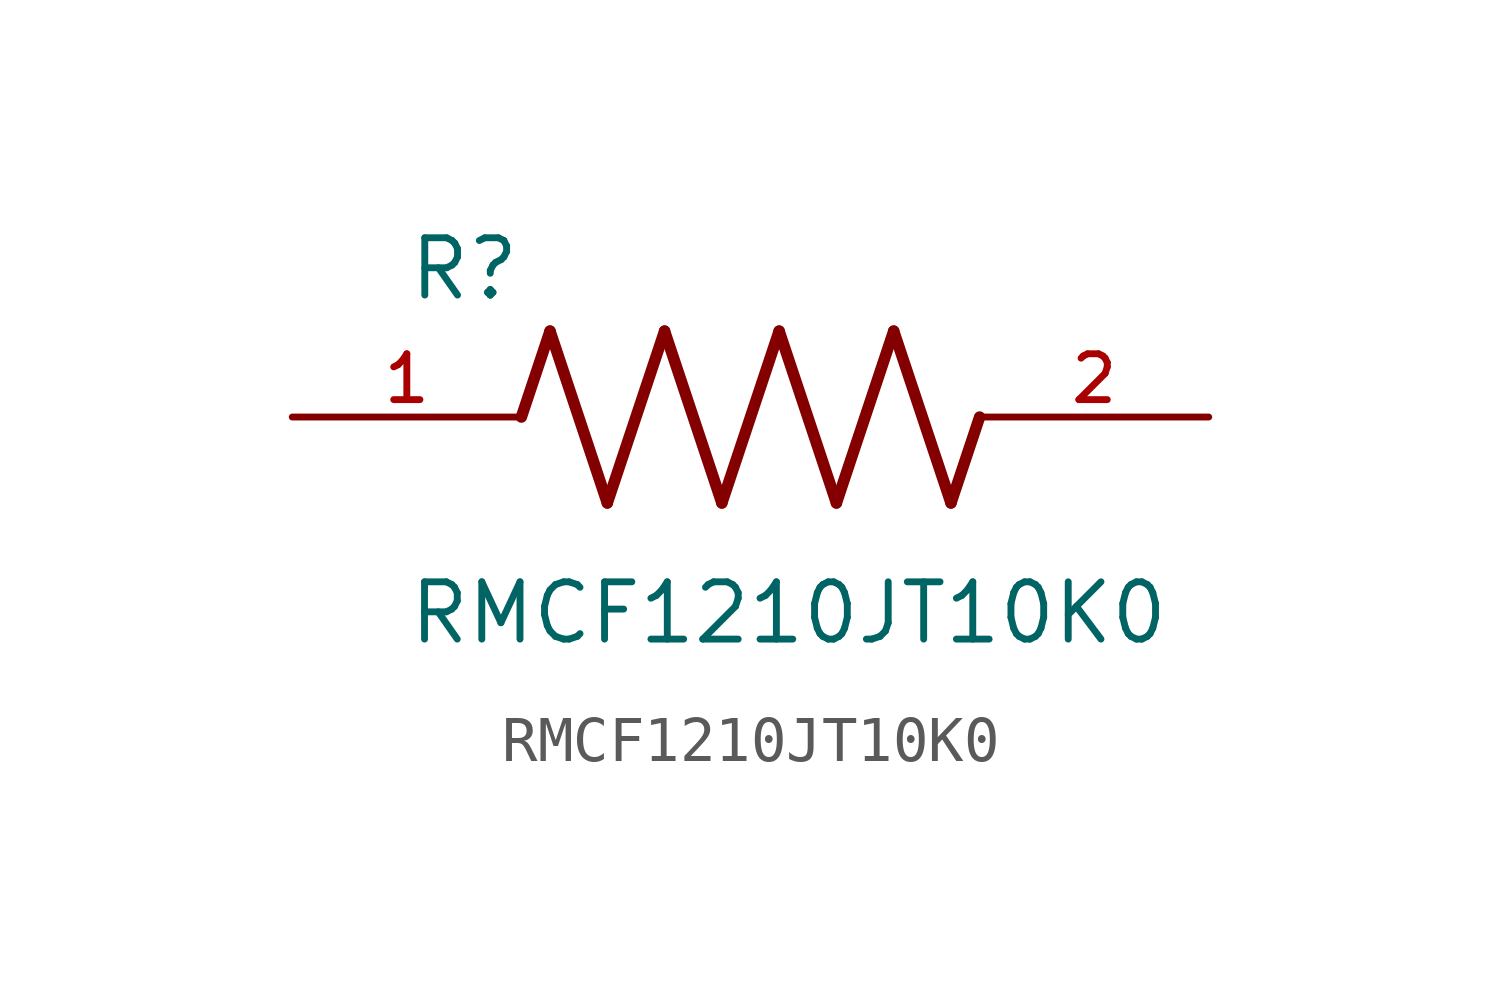
<source format=kicad_sym>
(kicad_symbol_lib
  (version 20211014)
  (generator kicad_symbol_editor)
  (symbol "RMCF1210JT10K0"
    (pin_names
      (offset 1.016))
    (property "Reference" "R"
      (at -7.624 2.541 0)
      (effects (font (size 1.27 1.27)) (justify bottom left)))
    (property "Value" "RMCF1210JT10K0"
      (at -7.63 -5.087 0)
      (effects (font (size 1.27 1.27)) (justify bottom left)))
    (symbol "RMCF1210JT10K0_0_0"
      (polyline (pts (xy -5.08 0.0) (xy -4.445 1.905)) (stroke (width 0.254)))
      (polyline (pts (xy -4.445 1.905) (xy -3.175 -1.905)) (stroke (width 0.254)))
      (polyline (pts (xy -3.175 -1.905) (xy -1.905 1.905)) (stroke (width 0.254)))
      (polyline (pts (xy -1.905 1.905) (xy -0.635 -1.905)) (stroke (width 0.254)))
      (polyline (pts (xy -0.635 -1.905) (xy 0.635 1.905)) (stroke (width 0.254)))
      (polyline (pts (xy 0.635 1.905) (xy 1.905 -1.905)) (stroke (width 0.254)))
      (polyline (pts (xy 1.905 -1.905) (xy 3.175 1.905)) (stroke (width 0.254)))
      (polyline (pts (xy 3.175 1.905) (xy 4.445 -1.905)) (stroke (width 0.254)))
      (polyline (pts (xy 4.445 -1.905) (xy 5.08 0.0)) (stroke (width 0.254)))
      (pin passive line (at -10.16 0.0 0) (length 5.08) (name "~" (effects (font (size 1.016 1.016)))) (number "1" (effects (font (size 1.016 1.016)))))
      (pin passive line (at 10.16 0.0 180.0) (length 5.08) (name "~" (effects (font (size 1.016 1.016)))) (number "2" (effects (font (size 1.016 1.016))))))))
</source>
